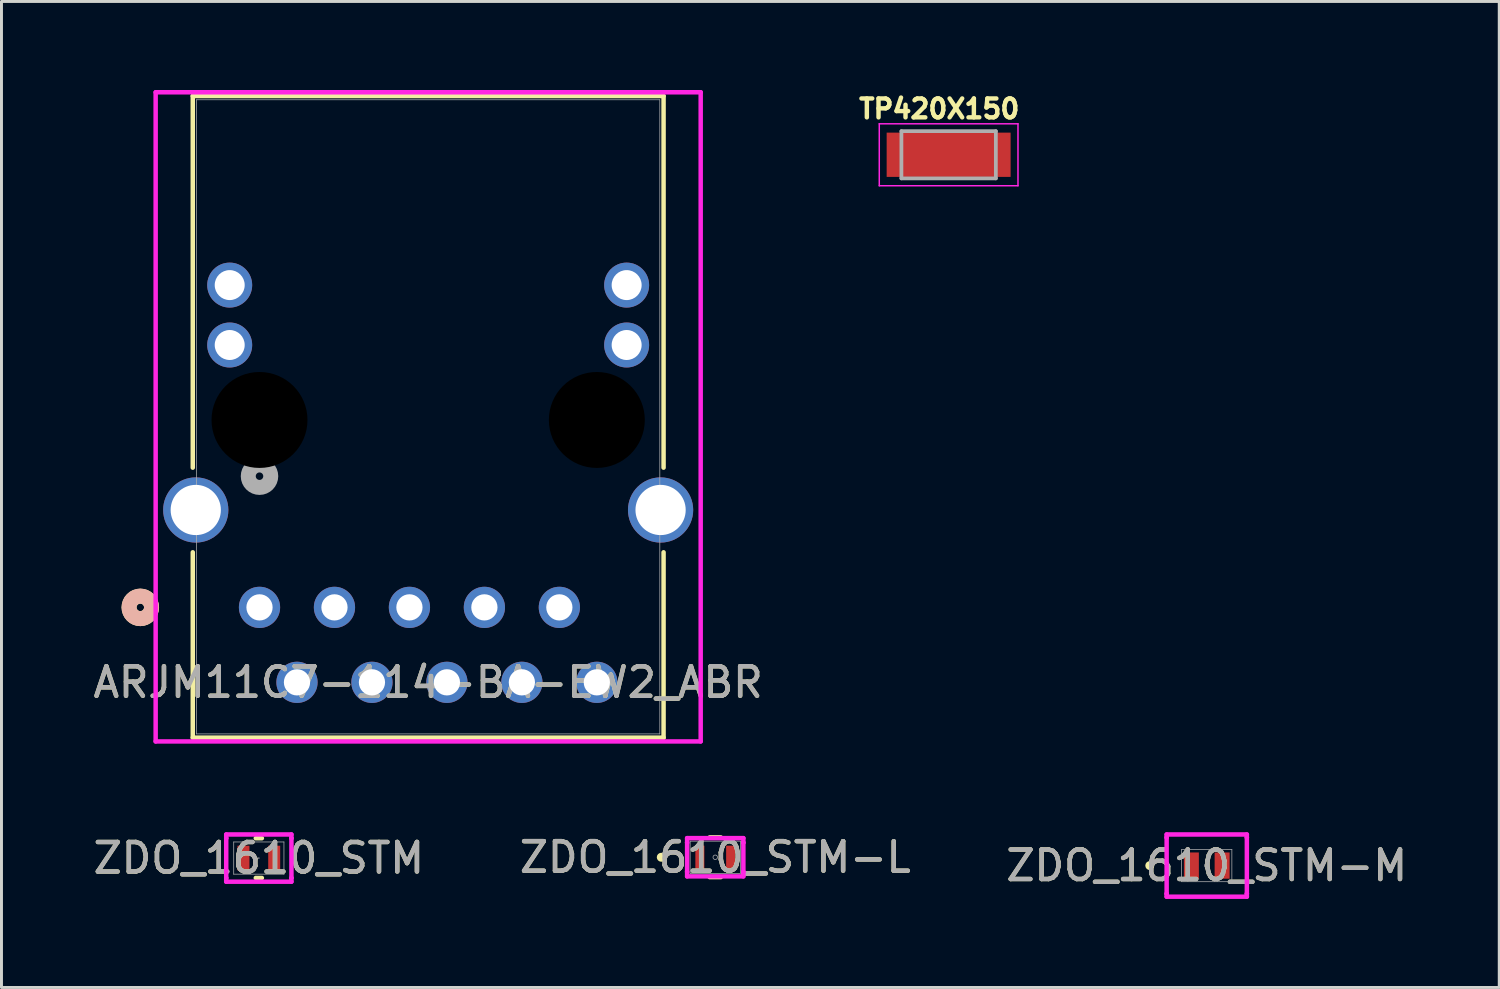
<source format=kicad_pcb>
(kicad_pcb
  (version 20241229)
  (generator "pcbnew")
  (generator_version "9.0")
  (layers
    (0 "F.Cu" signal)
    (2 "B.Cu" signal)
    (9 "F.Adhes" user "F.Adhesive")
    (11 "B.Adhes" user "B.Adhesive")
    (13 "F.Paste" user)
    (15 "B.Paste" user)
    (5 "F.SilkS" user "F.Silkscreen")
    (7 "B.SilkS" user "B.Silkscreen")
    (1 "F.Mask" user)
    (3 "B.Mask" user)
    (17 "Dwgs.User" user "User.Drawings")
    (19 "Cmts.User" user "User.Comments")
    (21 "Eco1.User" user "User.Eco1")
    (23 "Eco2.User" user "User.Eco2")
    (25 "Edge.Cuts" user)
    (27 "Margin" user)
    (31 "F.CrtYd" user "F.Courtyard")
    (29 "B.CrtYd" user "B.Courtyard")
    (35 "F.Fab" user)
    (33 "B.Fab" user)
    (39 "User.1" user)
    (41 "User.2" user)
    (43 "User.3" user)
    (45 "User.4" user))
  (footprint "ARJM11C7-114-BA-EW2_ABR"
    (layer "F.Cu")
    (at 5.743 17.53)
    (property "Reference" "ARJM11C7-114-BA-EW2_ABR" (at 5.715 2.54 0) (unlocked yes) (layer "F.SilkS") (effects (font (size 1 1) (thickness 0.15))))
    (attr through_hole)
    (fp_line (start -2.261 -17.327) (end -2.261 -4.734) (stroke (width 0.152) (type solid)) (layer "F.SilkS"))
    (fp_line (start -2.261 -1.866) (end -2.261 4.415) (stroke (width 0.152) (type solid)) (layer "F.SilkS"))
    (fp_line (start -2.261 4.415) (end 13.691 4.415) (stroke (width 0.152) (type solid)) (layer "F.SilkS"))
    (fp_line (start 13.691 -17.327) (end -2.261 -17.327) (stroke (width 0.152) (type solid)) (layer "F.SilkS"))
    (fp_line (start 13.691 -4.734) (end 13.691 -17.327) (stroke (width 0.152) (type solid)) (layer "F.SilkS"))
    (fp_line (start 13.691 4.415) (end 13.691 -1.866) (stroke (width 0.152) (type solid)) (layer "F.SilkS"))
    (fp_circle (center -4.039 0) (end -3.658 0) (stroke (width 0.508) (type solid)) (fill no) (layer "F.SilkS"))
    (fp_circle (center -4.039 0) (end -3.658 0) (stroke (width 0.508) (type solid)) (fill no) (layer "B.SilkS"))
    (fp_line (start -3.519 -17.454) (end -3.519 4.542) (stroke (width 0.152) (type solid)) (layer "F.CrtYd"))
    (fp_line (start -3.519 4.542) (end 14.949 4.542) (stroke (width 0.152) (type solid)) (layer "F.CrtYd"))
    (fp_line (start 14.949 -17.454) (end -3.519 -17.454) (stroke (width 0.152) (type solid)) (layer "F.CrtYd"))
    (fp_line (start 14.949 4.542) (end 14.949 -17.454) (stroke (width 0.152) (type solid)) (layer "F.CrtYd"))
    (fp_line (start -2.134 -17.2) (end -2.134 4.288) (stroke (width 0.025) (type solid)) (layer "F.Fab"))
    (fp_line (start -2.134 4.288) (end 13.564 4.288) (stroke (width 0.025) (type solid)) (layer "F.Fab"))
    (fp_line (start 13.564 -17.2) (end -2.134 -17.2) (stroke (width 0.025) (type solid)) (layer "F.Fab"))
    (fp_line (start 13.564 4.288) (end 13.564 -17.2) (stroke (width 0.025) (type solid)) (layer "F.Fab"))
    (fp_circle (center 0 -4.445) (end 0.381 -4.445) (stroke (width 0.508) (type solid)) (fill no) (layer "F.Fab"))
    (fp_text user "${REFERENCE}" (at 5.715 2.54 0) (unlocked yes) (layer "F.Fab") (effects (font (size 1 1) (thickness 0.15))))
    (pad "" np_thru_hole circle (at 0 -6.35) (size 3.759 3.759) (drill 3.251) (layers "*.Mask"))
    (pad "" np_thru_hole circle (at 11.43 -6.35) (size 3.759 3.759) (drill 3.251) (layers "*.Mask"))
    (pad "1" thru_hole circle (at 0 0) (size 1.397 1.397) (drill 0.889) (layers "*.Cu" "*.Mask"))
    (pad "2" thru_hole circle (at 1.27 2.54) (size 1.397 1.397) (drill 0.889) (layers "*.Cu" "*.Mask"))
    (pad "3" thru_hole circle (at 2.54 0) (size 1.397 1.397) (drill 0.889) (layers "*.Cu" "*.Mask"))
    (pad "4" thru_hole circle (at 3.81 2.54) (size 1.397 1.397) (drill 0.889) (layers "*.Cu" "*.Mask"))
    (pad "5" thru_hole circle (at 5.08 0) (size 1.397 1.397) (drill 0.889) (layers "*.Cu" "*.Mask"))
    (pad "6" thru_hole circle (at 6.35 2.54) (size 1.397 1.397) (drill 0.889) (layers "*.Cu" "*.Mask"))
    (pad "7" thru_hole circle (at 7.62 0) (size 1.397 1.397) (drill 0.889) (layers "*.Cu" "*.Mask"))
    (pad "8" thru_hole circle (at 8.89 2.54) (size 1.397 1.397) (drill 0.889) (layers "*.Cu" "*.Mask"))
    (pad "9" thru_hole circle (at 10.16 0) (size 1.397 1.397) (drill 0.889) (layers "*.Cu" "*.Mask"))
    (pad "10" thru_hole circle (at 11.43 2.54) (size 1.397 1.397) (drill 0.889) (layers "*.Cu" "*.Mask"))
    (pad "11" thru_hole circle (at 12.44 -8.89) (size 1.524 1.524) (drill 1.016) (layers "*.Cu" "*.Mask"))
    (pad "12" thru_hole circle (at 12.44 -10.92) (size 1.524 1.524) (drill 1.016) (layers "*.Cu" "*.Mask"))
    (pad "13" thru_hole circle (at -1.01 -8.89) (size 1.524 1.524) (drill 1.016) (layers "*.Cu" "*.Mask"))
    (pad "14" thru_hole circle (at -1.01 -10.92) (size 1.524 1.524) (drill 1.016) (layers "*.Cu" "*.Mask"))
    (pad "SH" thru_hole circle (at -2.16 -3.3) (size 2.21 2.21) (drill 1.702) (layers "*.Cu" "*.Mask"))
    (pad "SH" thru_hole circle (at 13.59 -3.3) (size 2.21 2.21) (drill 1.702) (layers "*.Cu" "*.Mask")))
  (footprint "ZDO_1610_STM-M"
    (layer "F.Cu")
    (at 37.839 26.279)
    (property "Reference" "ZDO_1610_STM-M" (at 0 0 0) (unlocked yes) (layer "F.SilkS") (effects (font (size 1 1) (thickness 0.15))))
    (attr smd)
    (fp_circle (center -1.93 0) (end -1.854 0) (stroke (width 0.152) (type solid)) (fill no) (layer "F.SilkS"))
    (fp_line (start -1.359 -1.054) (end 1.359 -1.054) (stroke (width 0.152) (type solid)) (layer "F.CrtYd"))
    (fp_line (start -1.359 -0.953) (end -1.359 -1.054) (stroke (width 0.152) (type solid)) (layer "F.CrtYd"))
    (fp_line (start -1.359 -0.953) (end -1.359 -0.953) (stroke (width 0.152) (type solid)) (layer "F.CrtYd"))
    (fp_line (start -1.359 0.953) (end -1.359 -0.953) (stroke (width 0.152) (type solid)) (layer "F.CrtYd"))
    (fp_line (start -1.359 0.953) (end -1.359 0.953) (stroke (width 0.152) (type solid)) (layer "F.CrtYd"))
    (fp_line (start -1.359 1.054) (end -1.359 0.953) (stroke (width 0.152) (type solid)) (layer "F.CrtYd"))
    (fp_line (start 1.359 -1.054) (end 1.359 -0.953) (stroke (width 0.152) (type solid)) (layer "F.CrtYd"))
    (fp_line (start 1.359 -0.953) (end 1.359 -0.953) (stroke (width 0.152) (type solid)) (layer "F.CrtYd"))
    (fp_line (start 1.359 -0.953) (end 1.359 0.953) (stroke (width 0.152) (type solid)) (layer "F.CrtYd"))
    (fp_line (start 1.359 0.953) (end 1.359 0.953) (stroke (width 0.152) (type solid)) (layer "F.CrtYd"))
    (fp_line (start 1.359 0.953) (end 1.359 1.054) (stroke (width 0.152) (type solid)) (layer "F.CrtYd"))
    (fp_line (start 1.359 1.054) (end -1.359 1.054) (stroke (width 0.152) (type solid)) (layer "F.CrtYd"))
    (fp_line (start -0.851 -0.546) (end -0.851 0.546) (stroke (width 0.025) (type solid)) (layer "F.Fab"))
    (fp_line (start -0.851 0.546) (end 0.851 0.546) (stroke (width 0.025) (type solid)) (layer "F.Fab"))
    (fp_line (start 0.851 -0.546) (end -0.851 -0.546) (stroke (width 0.025) (type solid)) (layer "F.Fab"))
    (fp_line (start 0.851 0.546) (end 0.851 -0.546) (stroke (width 0.025) (type solid)) (layer "F.Fab"))
    (fp_circle (center 0 0) (end 0.076 0) (stroke (width 0.025) (type solid)) (fill no) (layer "F.Fab"))
    (fp_text user "${REFERENCE}" (at 0 0 0) (unlocked yes) (layer "F.Fab") (effects (font (size 1 1) (thickness 0.15))))
    (pad "1" smd rect (at -0.521 0) (size 0.508 0.889) (layers "F.Cu" "F.Mask" "F.Paste"))
    (pad "2" smd rect (at 0.521 0) (size 0.508 0.889) (layers "F.Cu" "F.Mask" "F.Paste")))
  (footprint "TP420X150"
    (layer "F.Cu")
    (at 29.093 2.194)
    (property "Reference" "TP420X150" (at -0.318 -1.556 0) (layer "F.SilkS") (effects (font (size 0.64 0.64) (thickness 0.15))))
    (attr smd)
    (fp_line (start -2.35 -1.05) (end -2.35 1.05) (stroke (width 0.05) (type solid)) (layer "F.CrtYd"))
    (fp_line (start -2.35 1.05) (end 2.35 1.05) (stroke (width 0.05) (type solid)) (layer "F.CrtYd"))
    (fp_line (start 2.35 -1.05) (end -2.35 -1.05) (stroke (width 0.05) (type solid)) (layer "F.CrtYd"))
    (fp_line (start 2.35 1.05) (end 2.35 -1.05) (stroke (width 0.05) (type solid)) (layer "F.CrtYd"))
    (fp_line (start -1.6 -0.8) (end 1.6 -0.8) (stroke (width 0.127) (type solid)) (layer "F.Fab"))
    (fp_line (start -1.6 0.8) (end -1.6 -0.8) (stroke (width 0.127) (type solid)) (layer "F.Fab"))
    (fp_line (start 1.6 -0.8) (end 1.6 0.8) (stroke (width 0.127) (type solid)) (layer "F.Fab"))
    (fp_line (start 1.6 0.8) (end -1.6 0.8) (stroke (width 0.127) (type solid)) (layer "F.Fab"))
    (pad "1" smd rect (at 0 0) (size 4.2 1.5) (layers "F.Cu" "F.Mask" "F.Paste")))
  (footprint "ZDO_1610_STM"
    (layer "F.Cu")
    (at 5.72 26.025)
    (property "Reference" "ZDO_1610_STM" (at 0 0 0) (unlocked yes) (layer "F.SilkS") (effects (font (size 1 1) (thickness 0.15))))
    (attr smd)
    (fp_line (start -0.103 0.673) (end 0.103 0.673) (stroke (width 0.152) (type solid)) (layer "F.SilkS"))
    (fp_line (start 0.103 -0.673) (end -0.103 -0.673) (stroke (width 0.152) (type solid)) (layer "F.SilkS"))
    (fp_line (start -1.105 -0.8) (end 1.105 -0.8) (stroke (width 0.152) (type solid)) (layer "F.CrtYd"))
    (fp_line (start -1.105 -0.673) (end -1.105 -0.8) (stroke (width 0.152) (type solid)) (layer "F.CrtYd"))
    (fp_line (start -1.105 -0.673) (end -1.105 -0.673) (stroke (width 0.152) (type solid)) (layer "F.CrtYd"))
    (fp_line (start -1.105 0.673) (end -1.105 -0.673) (stroke (width 0.152) (type solid)) (layer "F.CrtYd"))
    (fp_line (start -1.105 0.673) (end -1.105 0.673) (stroke (width 0.152) (type solid)) (layer "F.CrtYd"))
    (fp_line (start -1.105 0.8) (end -1.105 0.673) (stroke (width 0.152) (type solid)) (layer "F.CrtYd"))
    (fp_line (start 1.105 -0.8) (end 1.105 -0.673) (stroke (width 0.152) (type solid)) (layer "F.CrtYd"))
    (fp_line (start 1.105 -0.673) (end 1.105 -0.673) (stroke (width 0.152) (type solid)) (layer "F.CrtYd"))
    (fp_line (start 1.105 -0.673) (end 1.105 0.673) (stroke (width 0.152) (type solid)) (layer "F.CrtYd"))
    (fp_line (start 1.105 0.673) (end 1.105 0.673) (stroke (width 0.152) (type solid)) (layer "F.CrtYd"))
    (fp_line (start 1.105 0.673) (end 1.105 0.8) (stroke (width 0.152) (type solid)) (layer "F.CrtYd"))
    (fp_line (start 1.105 0.8) (end -1.105 0.8) (stroke (width 0.152) (type solid)) (layer "F.CrtYd"))
    (fp_line (start -0.851 -0.546) (end -0.851 0.546) (stroke (width 0.025) (type solid)) (layer "F.Fab"))
    (fp_line (start -0.851 0.546) (end 0.851 0.546) (stroke (width 0.025) (type solid)) (layer "F.Fab"))
    (fp_line (start 0.851 -0.546) (end -0.851 -0.546) (stroke (width 0.025) (type solid)) (layer "F.Fab"))
    (fp_line (start 0.851 0.546) (end 0.851 -0.546) (stroke (width 0.025) (type solid)) (layer "F.Fab"))
    (fp_circle (center 0 0) (end 0 0) (stroke (width 0.025) (type solid)) (fill no) (layer "F.Fab"))
    (fp_text user "${REFERENCE}" (at 0 0 0) (unlocked yes) (layer "F.Fab") (effects (font (size 1 1) (thickness 0.15))))
    (pad "1" smd rect (at -0.521 0) (size 0.406 0.838) (layers "F.Cu" "F.Mask" "F.Paste"))
    (pad "2" smd rect (at 0.521 0) (size 0.406 0.838) (layers "F.Cu" "F.Mask" "F.Paste")))
  (footprint "ZDO_1610_STM-L"
    (layer "F.Cu")
    (at 21.185 25.997)
    (property "Reference" "ZDO_1610_STM-L" (at 0 0 0) (unlocked yes) (layer "F.SilkS") (effects (font (size 1 1) (thickness 0.15))))
    (attr smd)
    (fp_line (start -0.188 0.673) (end 0.188 0.673) (stroke (width 0.152) (type solid)) (layer "F.SilkS"))
    (fp_line (start 0.188 -0.673) (end -0.188 -0.673) (stroke (width 0.152) (type solid)) (layer "F.SilkS"))
    (fp_circle (center -1.829 0) (end -1.753 0) (stroke (width 0.152) (type solid)) (fill no) (layer "F.SilkS"))
    (fp_line (start -0.953 -0.648) (end 0.953 -0.648) (stroke (width 0.152) (type solid)) (layer "F.CrtYd"))
    (fp_line (start -0.953 -0.495) (end -0.953 -0.648) (stroke (width 0.152) (type solid)) (layer "F.CrtYd"))
    (fp_line (start -0.953 -0.495) (end -0.953 -0.495) (stroke (width 0.152) (type solid)) (layer "F.CrtYd"))
    (fp_line (start -0.953 0.495) (end -0.953 -0.495) (stroke (width 0.152) (type solid)) (layer "F.CrtYd"))
    (fp_line (start -0.953 0.495) (end -0.953 0.495) (stroke (width 0.152) (type solid)) (layer "F.CrtYd"))
    (fp_line (start -0.953 0.648) (end -0.953 0.495) (stroke (width 0.152) (type solid)) (layer "F.CrtYd"))
    (fp_line (start 0.953 -0.648) (end 0.953 -0.495) (stroke (width 0.152) (type solid)) (layer "F.CrtYd"))
    (fp_line (start 0.953 -0.495) (end 0.953 -0.495) (stroke (width 0.152) (type solid)) (layer "F.CrtYd"))
    (fp_line (start 0.953 -0.495) (end 0.953 0.495) (stroke (width 0.152) (type solid)) (layer "F.CrtYd"))
    (fp_line (start 0.953 0.495) (end 0.953 0.495) (stroke (width 0.152) (type solid)) (layer "F.CrtYd"))
    (fp_line (start 0.953 0.495) (end 0.953 0.648) (stroke (width 0.152) (type solid)) (layer "F.CrtYd"))
    (fp_line (start 0.953 0.648) (end -0.953 0.648) (stroke (width 0.152) (type solid)) (layer "F.CrtYd"))
    (fp_line (start -0.851 -0.546) (end -0.851 0.546) (stroke (width 0.025) (type solid)) (layer "F.Fab"))
    (fp_line (start -0.851 0.546) (end 0.851 0.546) (stroke (width 0.025) (type solid)) (layer "F.Fab"))
    (fp_line (start 0.851 -0.546) (end -0.851 -0.546) (stroke (width 0.025) (type solid)) (layer "F.Fab"))
    (fp_line (start 0.851 0.546) (end 0.851 -0.546) (stroke (width 0.025) (type solid)) (layer "F.Fab"))
    (fp_circle (center 0 0) (end 0.076 0) (stroke (width 0.025) (type solid)) (fill no) (layer "F.Fab"))
    (fp_text user "${REFERENCE}" (at 0 0 0) (unlocked yes) (layer "F.Fab") (effects (font (size 1 1) (thickness 0.15))))
    (pad "1" smd rect (at -0.521 0) (size 0.305 0.787) (layers "F.Cu" "F.Mask" "F.Paste"))
    (pad "2" smd rect (at 0.521 0) (size 0.305 0.787) (layers "F.Cu" "F.Mask" "F.Paste")))
  (gr_rect
    (start -3 -3)
    (end 47.75 30.409)
    (stroke (width 0.1) (type default))
    (fill no)
    (layer "Edge.Cuts")))
</source>
